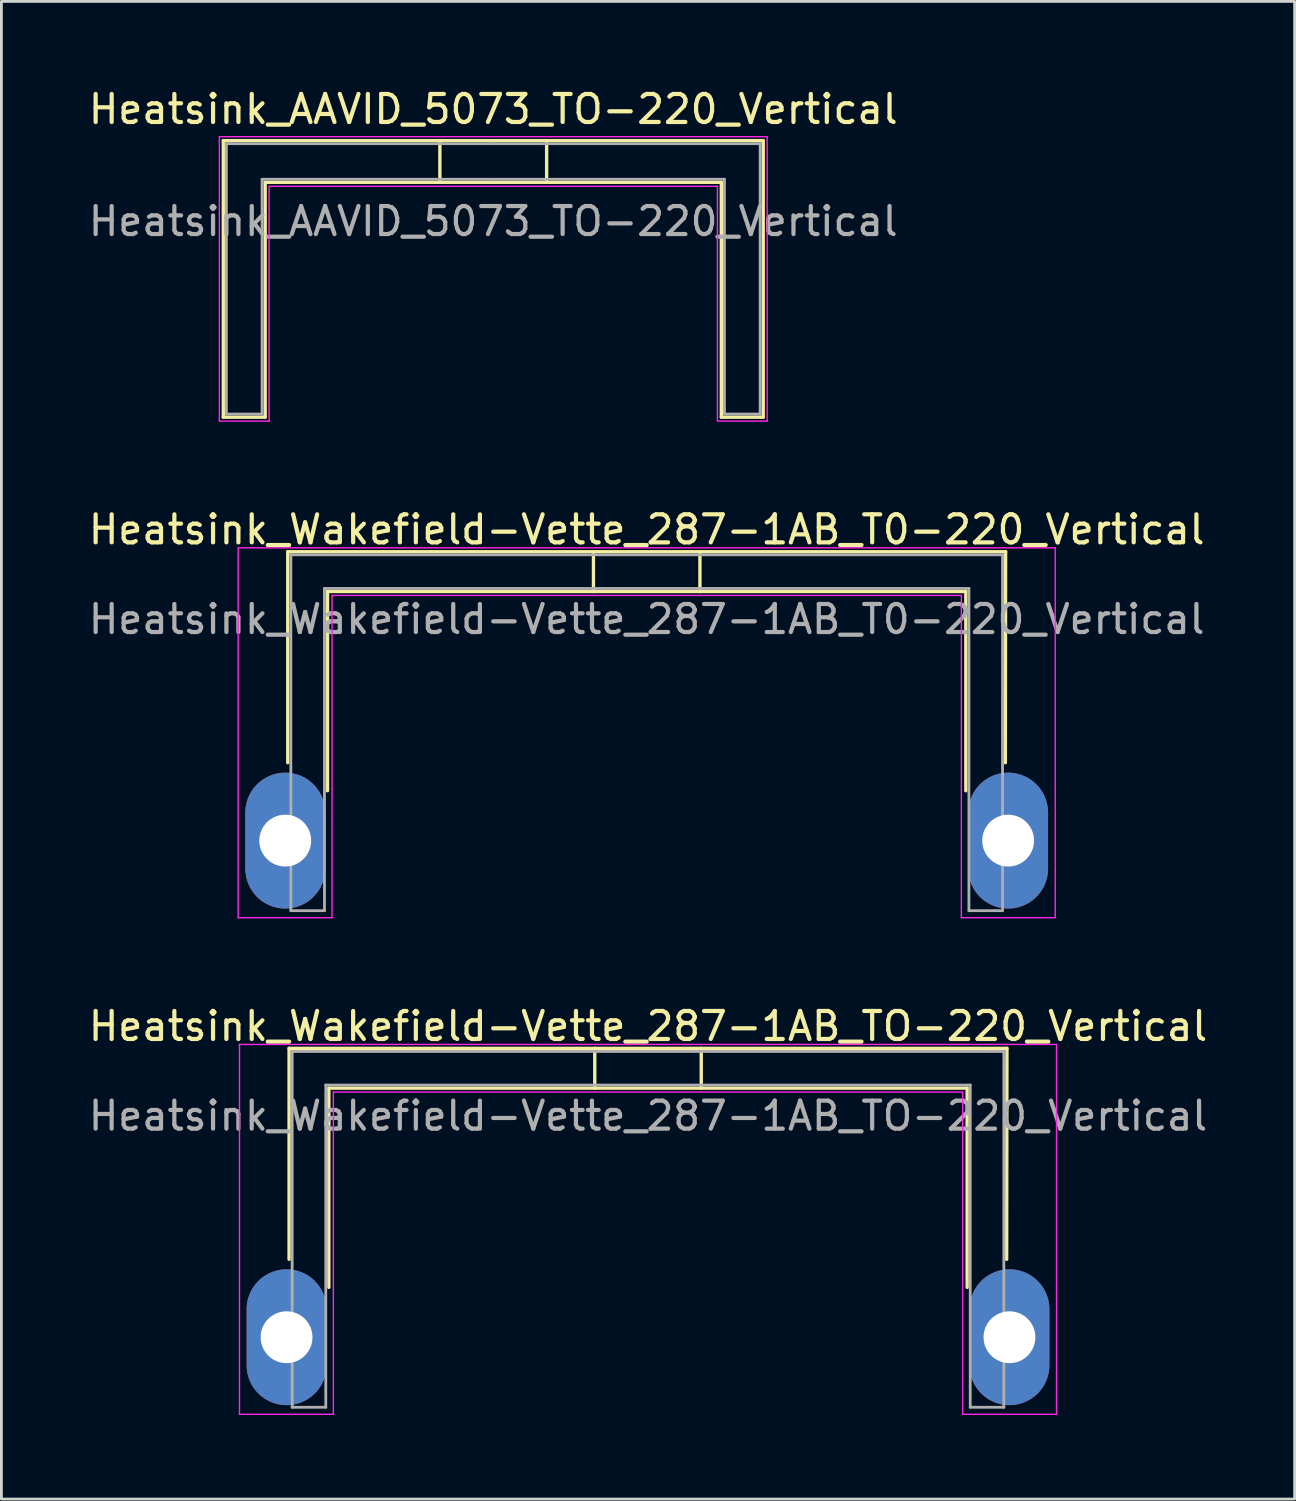
<source format=kicad_pcb>
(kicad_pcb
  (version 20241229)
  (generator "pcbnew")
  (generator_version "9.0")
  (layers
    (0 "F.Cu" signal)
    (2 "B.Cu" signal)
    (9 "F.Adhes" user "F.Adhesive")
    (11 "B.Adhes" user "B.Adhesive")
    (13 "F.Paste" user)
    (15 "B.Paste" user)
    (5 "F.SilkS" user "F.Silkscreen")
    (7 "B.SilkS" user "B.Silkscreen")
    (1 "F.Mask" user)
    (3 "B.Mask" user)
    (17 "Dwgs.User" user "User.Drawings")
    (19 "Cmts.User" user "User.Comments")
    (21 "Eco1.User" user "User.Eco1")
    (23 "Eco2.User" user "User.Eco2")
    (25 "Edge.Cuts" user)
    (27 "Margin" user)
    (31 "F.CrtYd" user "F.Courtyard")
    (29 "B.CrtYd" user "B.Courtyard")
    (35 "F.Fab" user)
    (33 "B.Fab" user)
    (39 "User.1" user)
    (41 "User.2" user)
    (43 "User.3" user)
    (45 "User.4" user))
  (footprint "Heatsink_Wakefield-Vette_287-1AB_TO-220_Vertical"
    (layer "F.Cu")
    (at 7.177 44.675)
    (property "Reference" "Heatsink_Wakefield-Vette_287-1AB_TO-220_Vertical" (at 12.9 -11.1 0) (layer "F.SilkS") (effects (font (size 1 1) (thickness 0.15))))
    (attr through_hole)
    (fp_line (start 0.09 -10.31) (end 0.09 -2.78) (stroke (width 0.12) (type solid)) (layer "F.SilkS"))
    (fp_line (start 1.51 -8.89) (end 24.29 -8.89) (stroke (width 0.12) (type solid)) (layer "F.SilkS"))
    (fp_line (start 1.51 -1.78) (end 1.51 -8.89) (stroke (width 0.12) (type solid)) (layer "F.SilkS"))
    (fp_line (start 11 -10.31) (end 11 -8.89) (stroke (width 0.12) (type solid)) (layer "F.SilkS"))
    (fp_line (start 14.8 -10.31) (end 14.8 -8.89) (stroke (width 0.12) (type solid)) (layer "F.SilkS"))
    (fp_line (start 24.29 -8.89) (end 24.29 -1.78) (stroke (width 0.12) (type solid)) (layer "F.SilkS"))
    (fp_line (start 25.7 -2.78) (end 25.71 -10.31) (stroke (width 0.12) (type solid)) (layer "F.SilkS"))
    (fp_line (start 25.71 -10.31) (end 0.09 -10.31) (stroke (width 0.12) (type solid)) (layer "F.SilkS"))
    (fp_line (start -1.68 2.75) (end -1.68 -10.45) (stroke (width 0.05) (type solid)) (layer "F.CrtYd"))
    (fp_line (start -1.68 2.75) (end 1.67 2.75) (stroke (width 0.05) (type solid)) (layer "F.CrtYd"))
    (fp_line (start 1.67 -8.75) (end 24.13 -8.75) (stroke (width 0.05) (type solid)) (layer "F.CrtYd"))
    (fp_line (start 1.67 2.75) (end 1.67 -8.75) (stroke (width 0.05) (type solid)) (layer "F.CrtYd"))
    (fp_line (start 24.13 2.75) (end 24.13 -8.75) (stroke (width 0.05) (type solid)) (layer "F.CrtYd"))
    (fp_line (start 24.13 2.75) (end 27.48 2.75) (stroke (width 0.05) (type solid)) (layer "F.CrtYd"))
    (fp_line (start 27.48 -10.45) (end -1.68 -10.45) (stroke (width 0.05) (type solid)) (layer "F.CrtYd"))
    (fp_line (start 27.48 2.75) (end 27.48 -10.45) (stroke (width 0.05) (type solid)) (layer "F.CrtYd"))
    (fp_line (start 0.2 -10.2) (end 25.6 -10.2) (stroke (width 0.1) (type solid)) (layer "F.Fab"))
    (fp_line (start 0.2 2.5) (end 0.2 -10.2) (stroke (width 0.1) (type solid)) (layer "F.Fab"))
    (fp_line (start 1.4 -9) (end 1.4 2.5) (stroke (width 0.1) (type solid)) (layer "F.Fab"))
    (fp_line (start 1.4 2.5) (end 0.2 2.5) (stroke (width 0.1) (type solid)) (layer "F.Fab"))
    (fp_line (start 24.4 -9) (end 1.4 -9) (stroke (width 0.1) (type solid)) (layer "F.Fab"))
    (fp_line (start 24.4 2.5) (end 24.4 -9) (stroke (width 0.1) (type solid)) (layer "F.Fab"))
    (fp_line (start 25.6 -10.2) (end 25.6 2.5) (stroke (width 0.1) (type solid)) (layer "F.Fab"))
    (fp_line (start 25.6 2.5) (end 24.4 2.5) (stroke (width 0.1) (type solid)) (layer "F.Fab"))
    (fp_text user "${REFERENCE}" (at 12.9 -7.9 0) (layer "F.Fab") (effects (font (size 1 1) (thickness 0.15))))
    (pad "1" thru_hole oval (at 0 0 90) (size 4.85 2.85) (drill 1.85) (layers "*.Cu" "*.Mask"))
    (pad "1" thru_hole oval (at 25.8 0 90) (size 4.85 2.85) (drill 1.85) (layers "*.Cu" "*.Mask")))
  (footprint "Heatsink_Wakefield-Vette_287-1AB_T0-220_Vertical"
    (layer "F.Cu")
    (at 7.13 26.951)
    (property "Reference" "Heatsink_Wakefield-Vette_287-1AB_T0-220_Vertical" (at 12.9 -11.1 0) (layer "F.SilkS") (effects (font (size 1 1) (thickness 0.15))))
    (attr through_hole)
    (fp_line (start 0.09 -10.31) (end 0.09 -2.78) (stroke (width 0.12) (type solid)) (layer "F.SilkS"))
    (fp_line (start 1.51 -8.89) (end 24.29 -8.89) (stroke (width 0.12) (type solid)) (layer "F.SilkS"))
    (fp_line (start 1.51 -1.78) (end 1.51 -8.89) (stroke (width 0.12) (type solid)) (layer "F.SilkS"))
    (fp_line (start 11 -10.31) (end 11 -8.89) (stroke (width 0.12) (type solid)) (layer "F.SilkS"))
    (fp_line (start 14.8 -10.31) (end 14.8 -8.89) (stroke (width 0.12) (type solid)) (layer "F.SilkS"))
    (fp_line (start 24.29 -8.89) (end 24.29 -1.78) (stroke (width 0.12) (type solid)) (layer "F.SilkS"))
    (fp_line (start 25.7 -2.78) (end 25.71 -10.31) (stroke (width 0.12) (type solid)) (layer "F.SilkS"))
    (fp_line (start 25.71 -10.31) (end 0.09 -10.31) (stroke (width 0.12) (type solid)) (layer "F.SilkS"))
    (fp_line (start -1.68 2.75) (end -1.68 -10.45) (stroke (width 0.05) (type solid)) (layer "F.CrtYd"))
    (fp_line (start -1.68 2.75) (end 1.67 2.75) (stroke (width 0.05) (type solid)) (layer "F.CrtYd"))
    (fp_line (start 1.67 -8.75) (end 24.13 -8.75) (stroke (width 0.05) (type solid)) (layer "F.CrtYd"))
    (fp_line (start 1.67 2.75) (end 1.67 -8.75) (stroke (width 0.05) (type solid)) (layer "F.CrtYd"))
    (fp_line (start 24.13 2.75) (end 24.13 -8.75) (stroke (width 0.05) (type solid)) (layer "F.CrtYd"))
    (fp_line (start 24.13 2.75) (end 27.48 2.75) (stroke (width 0.05) (type solid)) (layer "F.CrtYd"))
    (fp_line (start 27.48 -10.45) (end -1.68 -10.45) (stroke (width 0.05) (type solid)) (layer "F.CrtYd"))
    (fp_line (start 27.48 2.75) (end 27.48 -10.45) (stroke (width 0.05) (type solid)) (layer "F.CrtYd"))
    (fp_line (start 0.2 -10.2) (end 25.6 -10.2) (stroke (width 0.1) (type solid)) (layer "F.Fab"))
    (fp_line (start 0.2 2.5) (end 0.2 -10.2) (stroke (width 0.1) (type solid)) (layer "F.Fab"))
    (fp_line (start 1.4 -9) (end 1.4 2.5) (stroke (width 0.1) (type solid)) (layer "F.Fab"))
    (fp_line (start 1.4 2.5) (end 0.2 2.5) (stroke (width 0.1) (type solid)) (layer "F.Fab"))
    (fp_line (start 24.4 -9) (end 1.4 -9) (stroke (width 0.1) (type solid)) (layer "F.Fab"))
    (fp_line (start 24.4 2.5) (end 24.4 -9) (stroke (width 0.1) (type solid)) (layer "F.Fab"))
    (fp_line (start 25.6 -10.2) (end 25.6 2.5) (stroke (width 0.1) (type solid)) (layer "F.Fab"))
    (fp_line (start 25.6 2.5) (end 24.4 2.5) (stroke (width 0.1) (type solid)) (layer "F.Fab"))
    (fp_text user "${REFERENCE}" (at 12.9 -7.9 0) (layer "F.Fab") (effects (font (size 1 1) (thickness 0.15))))
    (pad "1" thru_hole oval (at 0 0 90) (size 4.85 2.85) (drill 1.85) (layers "*.Cu" "*.Mask"))
    (pad "1" thru_hole oval (at 25.8 0 90) (size 4.85 2.85) (drill 1.85) (layers "*.Cu" "*.Mask")))
  (footprint "Heatsink_AAVID_5073_TO-220_Vertical"
    (layer "F.Cu")
    (at 14.554 3.348)
    (property "Reference" "Heatsink_AAVID_5073_TO-220_Vertical" (at 0 -2.5 0) (layer "F.SilkS") (effects (font (size 1 1) (thickness 0.15))))
    (attr through_hole)
    (fp_line (start -9.635 -1.38) (end 9.635 -1.38) (stroke (width 0.12) (type solid)) (layer "F.SilkS"))
    (fp_line (start -9.635 8.49) (end -9.635 -1.38) (stroke (width 0.12) (type solid)) (layer "F.SilkS"))
    (fp_line (start -8.14 0.11) (end -8.14 8.49) (stroke (width 0.12) (type solid)) (layer "F.SilkS"))
    (fp_line (start -8.14 8.49) (end -9.635 8.49) (stroke (width 0.12) (type solid)) (layer "F.SilkS"))
    (fp_line (start -1.905 -1.38) (end -1.905 0.11) (stroke (width 0.12) (type solid)) (layer "F.SilkS"))
    (fp_line (start 1.905 -1.38) (end 1.905 0.11) (stroke (width 0.12) (type solid)) (layer "F.SilkS"))
    (fp_line (start 8.14 0.11) (end -8.14 0.11) (stroke (width 0.12) (type solid)) (layer "F.SilkS"))
    (fp_line (start 8.14 8.49) (end 8.14 0.11) (stroke (width 0.12) (type solid)) (layer "F.SilkS"))
    (fp_line (start 9.635 -1.38) (end 9.635 8.49) (stroke (width 0.12) (type solid)) (layer "F.SilkS"))
    (fp_line (start 9.635 8.49) (end 8.14 8.49) (stroke (width 0.12) (type solid)) (layer "F.SilkS"))
    (fp_line (start -9.775 -1.52) (end 9.775 -1.52) (stroke (width 0.05) (type solid)) (layer "F.CrtYd"))
    (fp_line (start -9.775 8.63) (end -9.775 -1.52) (stroke (width 0.05) (type solid)) (layer "F.CrtYd"))
    (fp_line (start -8 0.25) (end -8 8.63) (stroke (width 0.05) (type solid)) (layer "F.CrtYd"))
    (fp_line (start -8 8.63) (end -9.775 8.63) (stroke (width 0.05) (type solid)) (layer "F.CrtYd"))
    (fp_line (start 8 0.25) (end -8 0.25) (stroke (width 0.05) (type solid)) (layer "F.CrtYd"))
    (fp_line (start 8 8.63) (end 8 0.25) (stroke (width 0.05) (type solid)) (layer "F.CrtYd"))
    (fp_line (start 9.775 -1.52) (end 9.775 8.63) (stroke (width 0.05) (type solid)) (layer "F.CrtYd"))
    (fp_line (start 9.775 8.63) (end 8 8.63) (stroke (width 0.05) (type solid)) (layer "F.CrtYd"))
    (fp_line (start -9.525 -1.27) (end -9.525 8.38) (stroke (width 0.1) (type solid)) (layer "F.Fab"))
    (fp_line (start -9.525 -1.27) (end 0 -1.27) (stroke (width 0.1) (type solid)) (layer "F.Fab"))
    (fp_line (start -9.525 8.38) (end -8.25 8.38) (stroke (width 0.1) (type solid)) (layer "F.Fab"))
    (fp_line (start -8.25 0) (end 0 0) (stroke (width 0.1) (type solid)) (layer "F.Fab"))
    (fp_line (start -8.25 8.38) (end -8.25 0) (stroke (width 0.1) (type solid)) (layer "F.Fab"))
    (fp_line (start 0 0) (end 8.25 0) (stroke (width 0.1) (type solid)) (layer "F.Fab"))
    (fp_line (start 8.25 0) (end 8.25 8.38) (stroke (width 0.1) (type solid)) (layer "F.Fab"))
    (fp_line (start 9.525 -1.27) (end 0 -1.27) (stroke (width 0.1) (type solid)) (layer "F.Fab"))
    (fp_line (start 9.525 8.38) (end 8.25 8.38) (stroke (width 0.1) (type solid)) (layer "F.Fab"))
    (fp_line (start 9.525 8.38) (end 9.525 -1.27) (stroke (width 0.1) (type solid)) (layer "F.Fab"))
    (fp_text user "${REFERENCE}" (at 0 1.5 0) (layer "F.Fab") (effects (font (size 1 1) (thickness 0.15)))))
  (gr_rect
    (start -3 -3)
    (end 43.155 50.45)
    (stroke (width 0.1) (type default))
    (fill no)
    (layer "Edge.Cuts")))
</source>
